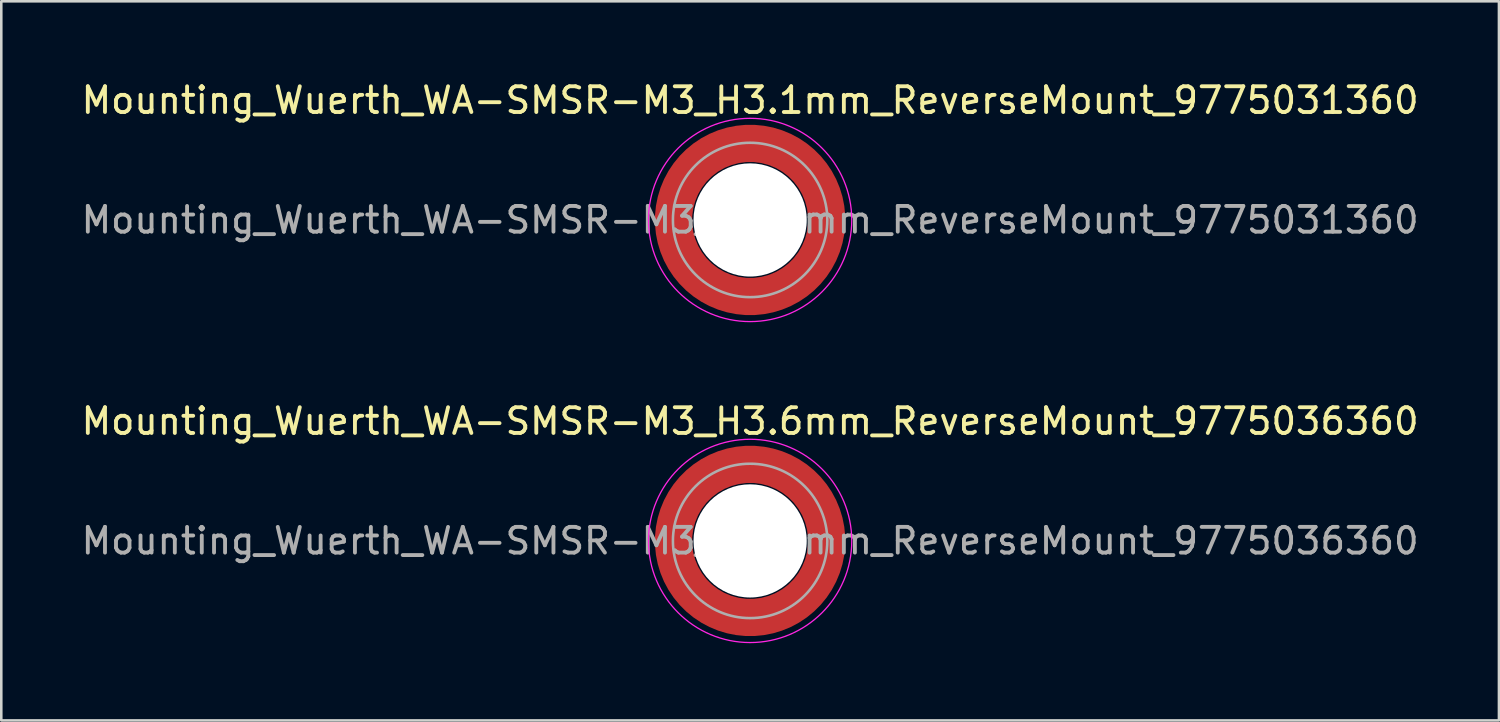
<source format=kicad_pcb>
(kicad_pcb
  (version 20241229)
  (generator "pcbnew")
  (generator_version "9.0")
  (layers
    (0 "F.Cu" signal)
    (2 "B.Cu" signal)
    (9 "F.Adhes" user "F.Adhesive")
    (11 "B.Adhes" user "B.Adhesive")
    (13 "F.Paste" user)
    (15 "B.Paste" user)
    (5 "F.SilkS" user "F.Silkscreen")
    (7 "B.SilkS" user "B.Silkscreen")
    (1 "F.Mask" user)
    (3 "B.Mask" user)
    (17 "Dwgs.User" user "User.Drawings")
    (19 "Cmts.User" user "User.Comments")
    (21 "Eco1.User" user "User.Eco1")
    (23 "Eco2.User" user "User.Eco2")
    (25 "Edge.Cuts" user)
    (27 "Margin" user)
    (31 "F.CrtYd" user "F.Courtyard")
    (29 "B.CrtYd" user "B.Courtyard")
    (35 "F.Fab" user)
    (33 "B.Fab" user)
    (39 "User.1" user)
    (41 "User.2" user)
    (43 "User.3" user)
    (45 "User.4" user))
  (footprint "Mounting_Wuerth_WA-SMSR-M3_H3.6mm_ReverseMount_9775036360"
    (layer "F.Cu")
    (at 26.101 17.971)
    (property "Reference" "Mounting_Wuerth_WA-SMSR-M3_H3.6mm_ReverseMount_9775036360" (at 0 -4.65 0) (layer "F.SilkS") (effects (font (size 1 1) (thickness 0.15))))
    (attr smd)
    (fp_circle (center 0 0) (end 3.95 0) (stroke (width 0.05) (type solid)) (fill no) (layer "F.CrtYd"))
    (fp_circle (center 0 0) (end 3 0) (stroke (width 0.1) (type solid)) (fill no) (layer "F.Fab"))
    (fp_text user "${REFERENCE}" (at 0 0 0) (layer "F.Fab") (effects (font (size 1 1) (thickness 0.15))))
    (pad "" smd custom (at -2.095 -2.095) (size 0.945 0.945) (layers "F.Paste") (options (anchor circle)) (primitives (gr_arc (start -0.24231 1.594804) (mid 0.404104 0.405534) (end 1.592827 -0.241886) (width 0.2)) (gr_arc (start -0.3398 1.594804) (mid 0.335987 0.338711) (end 1.591031 -0.339022) (width 0.2)) (gr_arc (start -0.437132 1.594804) (mid 0.268952 0.270807) (end 1.592231 -0.436623) (width 0.2)) (gr_arc (start -0.534324 1.594804) (mid 0.201345 0.203474) (end 1.591846 -0.53376) (width 0.2)) (gr_arc (start -0.631391 1.594804) (mid 0.134696 0.135183) (end 1.594126 -0.631267) (width 0.2)) (gr_arc (start -0.728345 1.594804) (mid 0.067234 0.067705) (end 1.594149 -0.728229) (width 0.2)) (gr_arc (start -0.825197 1.594804) (mid -0.001218 0.001219) (end 1.591408 -0.824614) (width 0.2)) (gr_arc (start -0.921958 1.594804) (mid -0.068952 -0.065985) (end 1.590665 -0.921269) (width 0.2)) (gr_arc (start -1.018637 1.594804) (mid -0.135972 -0.133907) (end 1.59192 -1.018172) (width 0.2)) (gr_arc (start -1.115239 1.594804) (mid -0.20428 -0.200537) (end 1.589574 -1.11442) (width 0.2)) (gr_arc (start -1.211773 1.594804) (mid -0.26993 -0.269828) (end 1.594662 -1.211751) (width 0.2)) (gr_arc (start -1.308244 1.594804) (mid -0.33911 -0.335587) (end 1.589875 -1.307516) (width 0.2)) (gr_arc (start -1.404657 1.594804) (mid -0.405633 -0.404004) (end 1.592524 -1.404331) (width 0.2)) (gr_arc (start -1.404657 1.594804) (mid -0.405633 -0.404004) (end 1.592524 -1.404331) (width 0.2)) (gr_line (start 1.595 -0.242) (end 1.595 -1.405) (width 0.2)) (gr_line (start -0.242 1.595) (end -1.405 1.595) (width 0.2))))
    (pad "" smd custom (at -2.095 2.095) (size 0.945 0.945) (layers "F.Paste") (options (anchor circle)) (primitives (gr_arc (start 1.594804 0.24231) (mid 0.405534 -0.404104) (end -0.241886 -1.592827) (width 0.2)) (gr_arc (start 1.594804 0.3398) (mid 0.338711 -0.335987) (end -0.339022 -1.591031) (width 0.2)) (gr_arc (start 1.594804 0.437132) (mid 0.270807 -0.268952) (end -0.436623 -1.592231) (width 0.2)) (gr_arc (start 1.594804 0.534324) (mid 0.203474 -0.201345) (end -0.53376 -1.591846) (width 0.2)) (gr_arc (start 1.594804 0.631391) (mid 0.135183 -0.134696) (end -0.631267 -1.594126) (width 0.2)) (gr_arc (start 1.594804 0.728345) (mid 0.067705 -0.067234) (end -0.728229 -1.594149) (width 0.2)) (gr_arc (start 1.594804 0.825197) (mid 0.001219 0.001218) (end -0.824614 -1.591408) (width 0.2)) (gr_arc (start 1.594804 0.921958) (mid -0.065985 0.068952) (end -0.921269 -1.590665) (width 0.2)) (gr_arc (start 1.594804 1.018637) (mid -0.133907 0.135972) (end -1.018172 -1.59192) (width 0.2)) (gr_arc (start 1.594804 1.115239) (mid -0.200537 0.20428) (end -1.11442 -1.589574) (width 0.2)) (gr_arc (start 1.594804 1.211773) (mid -0.269828 0.26993) (end -1.211751 -1.594662) (width 0.2)) (gr_arc (start 1.594804 1.308244) (mid -0.335587 0.33911) (end -1.307516 -1.589875) (width 0.2)) (gr_arc (start 1.594804 1.404657) (mid -0.404004 0.405633) (end -1.404331 -1.592524) (width 0.2)) (gr_arc (start 1.594804 1.404657) (mid -0.404004 0.405633) (end -1.404331 -1.592524) (width 0.2)) (gr_line (start -0.242 -1.595) (end -1.405 -1.595) (width 0.2)) (gr_line (start 1.595 0.242) (end 1.595 1.405) (width 0.2))))
    (pad "" np_thru_hole circle (at 0 0) (size 4.4 4.4) (drill 4.4) (layers "*.Cu" "*.Mask"))
    (pad "" smd custom (at 2.095 -2.095) (size 0.945 0.945) (layers "F.Paste") (options (anchor circle)) (primitives (gr_arc (start -1.594804 -0.24231) (mid -0.405534 0.404104) (end 0.241886 1.592827) (width 0.2)) (gr_arc (start -1.594804 -0.3398) (mid -0.338711 0.335987) (end 0.339022 1.591031) (width 0.2)) (gr_arc (start -1.594804 -0.437132) (mid -0.270807 0.268952) (end 0.436623 1.592231) (width 0.2)) (gr_arc (start -1.594804 -0.534324) (mid -0.203474 0.201345) (end 0.53376 1.591846) (width 0.2)) (gr_arc (start -1.594804 -0.631391) (mid -0.135183 0.134696) (end 0.631267 1.594126) (width 0.2)) (gr_arc (start -1.594804 -0.728345) (mid -0.067705 0.067234) (end 0.728229 1.594149) (width 0.2)) (gr_arc (start -1.594804 -0.825197) (mid -0.001219 -0.001218) (end 0.824614 1.591408) (width 0.2)) (gr_arc (start -1.594804 -0.921958) (mid 0.065985 -0.068952) (end 0.921269 1.590665) (width 0.2)) (gr_arc (start -1.594804 -1.018637) (mid 0.133907 -0.135972) (end 1.018172 1.59192) (width 0.2)) (gr_arc (start -1.594804 -1.115239) (mid 0.200537 -0.20428) (end 1.11442 1.589574) (width 0.2)) (gr_arc (start -1.594804 -1.211773) (mid 0.269828 -0.26993) (end 1.211751 1.594662) (width 0.2)) (gr_arc (start -1.594804 -1.308244) (mid 0.335587 -0.33911) (end 1.307516 1.589875) (width 0.2)) (gr_arc (start -1.594804 -1.404657) (mid 0.404004 -0.405633) (end 1.404331 1.592524) (width 0.2)) (gr_arc (start -1.594804 -1.404657) (mid 0.404004 -0.405633) (end 1.404331 1.592524) (width 0.2)) (gr_line (start 0.242 1.595) (end 1.405 1.595) (width 0.2)) (gr_line (start -1.595 -0.242) (end -1.595 -1.405) (width 0.2))))
    (pad "" smd custom (at 2.095 2.095) (size 0.945 0.945) (layers "F.Paste") (options (anchor circle)) (primitives (gr_arc (start 0.24231 -1.594804) (mid -0.404104 -0.405534) (end -1.592827 0.241886) (width 0.2)) (gr_arc (start 0.3398 -1.594804) (mid -0.335987 -0.338711) (end -1.591031 0.339022) (width 0.2)) (gr_arc (start 0.437132 -1.594804) (mid -0.268952 -0.270807) (end -1.592231 0.436623) (width 0.2)) (gr_arc (start 0.534324 -1.594804) (mid -0.201345 -0.203474) (end -1.591846 0.53376) (width 0.2)) (gr_arc (start 0.631391 -1.594804) (mid -0.134696 -0.135183) (end -1.594126 0.631267) (width 0.2)) (gr_arc (start 0.728345 -1.594804) (mid -0.067234 -0.067705) (end -1.594149 0.728229) (width 0.2)) (gr_arc (start 0.825197 -1.594804) (mid 0.001218 -0.001219) (end -1.591408 0.824614) (width 0.2)) (gr_arc (start 0.921958 -1.594804) (mid 0.068952 0.065985) (end -1.590665 0.921269) (width 0.2)) (gr_arc (start 1.018637 -1.594804) (mid 0.135972 0.133907) (end -1.59192 1.018172) (width 0.2)) (gr_arc (start 1.115239 -1.594804) (mid 0.20428 0.200537) (end -1.589574 1.11442) (width 0.2)) (gr_arc (start 1.211773 -1.594804) (mid 0.26993 0.269828) (end -1.594662 1.211751) (width 0.2)) (gr_arc (start 1.308244 -1.594804) (mid 0.33911 0.335587) (end -1.589875 1.307516) (width 0.2)) (gr_arc (start 1.404657 -1.594804) (mid 0.405633 0.404004) (end -1.592524 1.404331) (width 0.2)) (gr_arc (start 1.404657 -1.594804) (mid 0.405633 0.404004) (end -1.592524 1.404331) (width 0.2)) (gr_line (start -1.595 0.242) (end -1.595 1.405) (width 0.2)) (gr_line (start 0.242 -1.595) (end 1.405 -1.595) (width 0.2))))
    (pad "1" smd circle (at -2.975 0) (size 1.05 1.05) (layers "F.Cu"))
    (pad "1" smd circle (at 0 -2.975) (size 1.05 1.05) (layers "F.Cu"))
    (pad "1" smd circle (at 0 2.975) (size 1.05 1.05) (layers "F.Cu"))
    (pad "1" smd custom (at 2.975 0) (size 1.05 1.05) (layers "F.Cu" "F.Mask") (options (anchor circle)) (primitives (gr_circle (center -2.975 0) (end 0 0) (width 1.45) (fill no)))))
  (footprint "Mounting_Wuerth_WA-SMSR-M3_H3.1mm_ReverseMount_9775031360"
    (layer "F.Cu")
    (at 26.101 5.498)
    (property "Reference" "Mounting_Wuerth_WA-SMSR-M3_H3.1mm_ReverseMount_9775031360" (at 0 -4.65 0) (layer "F.SilkS") (effects (font (size 1 1) (thickness 0.15))))
    (attr smd)
    (fp_circle (center 0 0) (end 3.95 0) (stroke (width 0.05) (type solid)) (fill no) (layer "F.CrtYd"))
    (fp_circle (center 0 0) (end 3 0) (stroke (width 0.1) (type solid)) (fill no) (layer "F.Fab"))
    (fp_text user "${REFERENCE}" (at 0 0 0) (layer "F.Fab") (effects (font (size 1 1) (thickness 0.15))))
    (pad "" smd custom (at -2.095 -2.095) (size 0.945 0.945) (layers "F.Paste") (options (anchor circle)) (primitives (gr_arc (start -0.24231 1.594804) (mid 0.404104 0.405534) (end 1.592827 -0.241886) (width 0.2)) (gr_arc (start -0.3398 1.594804) (mid 0.335987 0.338711) (end 1.591031 -0.339022) (width 0.2)) (gr_arc (start -0.437132 1.594804) (mid 0.268952 0.270807) (end 1.592231 -0.436623) (width 0.2)) (gr_arc (start -0.534324 1.594804) (mid 0.201345 0.203474) (end 1.591846 -0.53376) (width 0.2)) (gr_arc (start -0.631391 1.594804) (mid 0.134696 0.135183) (end 1.594126 -0.631267) (width 0.2)) (gr_arc (start -0.728345 1.594804) (mid 0.067234 0.067705) (end 1.594149 -0.728229) (width 0.2)) (gr_arc (start -0.825197 1.594804) (mid -0.001218 0.001219) (end 1.591408 -0.824614) (width 0.2)) (gr_arc (start -0.921958 1.594804) (mid -0.068952 -0.065985) (end 1.590665 -0.921269) (width 0.2)) (gr_arc (start -1.018637 1.594804) (mid -0.135972 -0.133907) (end 1.59192 -1.018172) (width 0.2)) (gr_arc (start -1.115239 1.594804) (mid -0.20428 -0.200537) (end 1.589574 -1.11442) (width 0.2)) (gr_arc (start -1.211773 1.594804) (mid -0.26993 -0.269828) (end 1.594662 -1.211751) (width 0.2)) (gr_arc (start -1.308244 1.594804) (mid -0.33911 -0.335587) (end 1.589875 -1.307516) (width 0.2)) (gr_arc (start -1.404657 1.594804) (mid -0.405633 -0.404004) (end 1.592524 -1.404331) (width 0.2)) (gr_arc (start -1.404657 1.594804) (mid -0.405633 -0.404004) (end 1.592524 -1.404331) (width 0.2)) (gr_line (start 1.595 -0.242) (end 1.595 -1.405) (width 0.2)) (gr_line (start -0.242 1.595) (end -1.405 1.595) (width 0.2))))
    (pad "" smd custom (at -2.095 2.095) (size 0.945 0.945) (layers "F.Paste") (options (anchor circle)) (primitives (gr_arc (start 1.594804 0.24231) (mid 0.405534 -0.404104) (end -0.241886 -1.592827) (width 0.2)) (gr_arc (start 1.594804 0.3398) (mid 0.338711 -0.335987) (end -0.339022 -1.591031) (width 0.2)) (gr_arc (start 1.594804 0.437132) (mid 0.270807 -0.268952) (end -0.436623 -1.592231) (width 0.2)) (gr_arc (start 1.594804 0.534324) (mid 0.203474 -0.201345) (end -0.53376 -1.591846) (width 0.2)) (gr_arc (start 1.594804 0.631391) (mid 0.135183 -0.134696) (end -0.631267 -1.594126) (width 0.2)) (gr_arc (start 1.594804 0.728345) (mid 0.067705 -0.067234) (end -0.728229 -1.594149) (width 0.2)) (gr_arc (start 1.594804 0.825197) (mid 0.001219 0.001218) (end -0.824614 -1.591408) (width 0.2)) (gr_arc (start 1.594804 0.921958) (mid -0.065985 0.068952) (end -0.921269 -1.590665) (width 0.2)) (gr_arc (start 1.594804 1.018637) (mid -0.133907 0.135972) (end -1.018172 -1.59192) (width 0.2)) (gr_arc (start 1.594804 1.115239) (mid -0.200537 0.20428) (end -1.11442 -1.589574) (width 0.2)) (gr_arc (start 1.594804 1.211773) (mid -0.269828 0.26993) (end -1.211751 -1.594662) (width 0.2)) (gr_arc (start 1.594804 1.308244) (mid -0.335587 0.33911) (end -1.307516 -1.589875) (width 0.2)) (gr_arc (start 1.594804 1.404657) (mid -0.404004 0.405633) (end -1.404331 -1.592524) (width 0.2)) (gr_arc (start 1.594804 1.404657) (mid -0.404004 0.405633) (end -1.404331 -1.592524) (width 0.2)) (gr_line (start -0.242 -1.595) (end -1.405 -1.595) (width 0.2)) (gr_line (start 1.595 0.242) (end 1.595 1.405) (width 0.2))))
    (pad "" np_thru_hole circle (at 0 0) (size 4.4 4.4) (drill 4.4) (layers "*.Cu" "*.Mask"))
    (pad "" smd custom (at 2.095 -2.095) (size 0.945 0.945) (layers "F.Paste") (options (anchor circle)) (primitives (gr_arc (start -1.594804 -0.24231) (mid -0.405534 0.404104) (end 0.241886 1.592827) (width 0.2)) (gr_arc (start -1.594804 -0.3398) (mid -0.338711 0.335987) (end 0.339022 1.591031) (width 0.2)) (gr_arc (start -1.594804 -0.437132) (mid -0.270807 0.268952) (end 0.436623 1.592231) (width 0.2)) (gr_arc (start -1.594804 -0.534324) (mid -0.203474 0.201345) (end 0.53376 1.591846) (width 0.2)) (gr_arc (start -1.594804 -0.631391) (mid -0.135183 0.134696) (end 0.631267 1.594126) (width 0.2)) (gr_arc (start -1.594804 -0.728345) (mid -0.067705 0.067234) (end 0.728229 1.594149) (width 0.2)) (gr_arc (start -1.594804 -0.825197) (mid -0.001219 -0.001218) (end 0.824614 1.591408) (width 0.2)) (gr_arc (start -1.594804 -0.921958) (mid 0.065985 -0.068952) (end 0.921269 1.590665) (width 0.2)) (gr_arc (start -1.594804 -1.018637) (mid 0.133907 -0.135972) (end 1.018172 1.59192) (width 0.2)) (gr_arc (start -1.594804 -1.115239) (mid 0.200537 -0.20428) (end 1.11442 1.589574) (width 0.2)) (gr_arc (start -1.594804 -1.211773) (mid 0.269828 -0.26993) (end 1.211751 1.594662) (width 0.2)) (gr_arc (start -1.594804 -1.308244) (mid 0.335587 -0.33911) (end 1.307516 1.589875) (width 0.2)) (gr_arc (start -1.594804 -1.404657) (mid 0.404004 -0.405633) (end 1.404331 1.592524) (width 0.2)) (gr_arc (start -1.594804 -1.404657) (mid 0.404004 -0.405633) (end 1.404331 1.592524) (width 0.2)) (gr_line (start 0.242 1.595) (end 1.405 1.595) (width 0.2)) (gr_line (start -1.595 -0.242) (end -1.595 -1.405) (width 0.2))))
    (pad "" smd custom (at 2.095 2.095) (size 0.945 0.945) (layers "F.Paste") (options (anchor circle)) (primitives (gr_arc (start 0.24231 -1.594804) (mid -0.404104 -0.405534) (end -1.592827 0.241886) (width 0.2)) (gr_arc (start 0.3398 -1.594804) (mid -0.335987 -0.338711) (end -1.591031 0.339022) (width 0.2)) (gr_arc (start 0.437132 -1.594804) (mid -0.268952 -0.270807) (end -1.592231 0.436623) (width 0.2)) (gr_arc (start 0.534324 -1.594804) (mid -0.201345 -0.203474) (end -1.591846 0.53376) (width 0.2)) (gr_arc (start 0.631391 -1.594804) (mid -0.134696 -0.135183) (end -1.594126 0.631267) (width 0.2)) (gr_arc (start 0.728345 -1.594804) (mid -0.067234 -0.067705) (end -1.594149 0.728229) (width 0.2)) (gr_arc (start 0.825197 -1.594804) (mid 0.001218 -0.001219) (end -1.591408 0.824614) (width 0.2)) (gr_arc (start 0.921958 -1.594804) (mid 0.068952 0.065985) (end -1.590665 0.921269) (width 0.2)) (gr_arc (start 1.018637 -1.594804) (mid 0.135972 0.133907) (end -1.59192 1.018172) (width 0.2)) (gr_arc (start 1.115239 -1.594804) (mid 0.20428 0.200537) (end -1.589574 1.11442) (width 0.2)) (gr_arc (start 1.211773 -1.594804) (mid 0.26993 0.269828) (end -1.594662 1.211751) (width 0.2)) (gr_arc (start 1.308244 -1.594804) (mid 0.33911 0.335587) (end -1.589875 1.307516) (width 0.2)) (gr_arc (start 1.404657 -1.594804) (mid 0.405633 0.404004) (end -1.592524 1.404331) (width 0.2)) (gr_arc (start 1.404657 -1.594804) (mid 0.405633 0.404004) (end -1.592524 1.404331) (width 0.2)) (gr_line (start -1.595 0.242) (end -1.595 1.405) (width 0.2)) (gr_line (start 0.242 -1.595) (end 1.405 -1.595) (width 0.2))))
    (pad "1" smd circle (at -2.975 0) (size 1.05 1.05) (layers "F.Cu"))
    (pad "1" smd circle (at 0 -2.975) (size 1.05 1.05) (layers "F.Cu"))
    (pad "1" smd circle (at 0 2.975) (size 1.05 1.05) (layers "F.Cu"))
    (pad "1" smd custom (at 2.975 0) (size 1.05 1.05) (layers "F.Cu" "F.Mask") (options (anchor circle)) (primitives (gr_circle (center -2.975 0) (end 0 0) (width 1.45) (fill no)))))
  (gr_rect
    (start -3 -3)
    (end 55.202 24.947)
    (stroke (width 0.1) (type default))
    (fill no)
    (layer "Edge.Cuts")))
</source>
